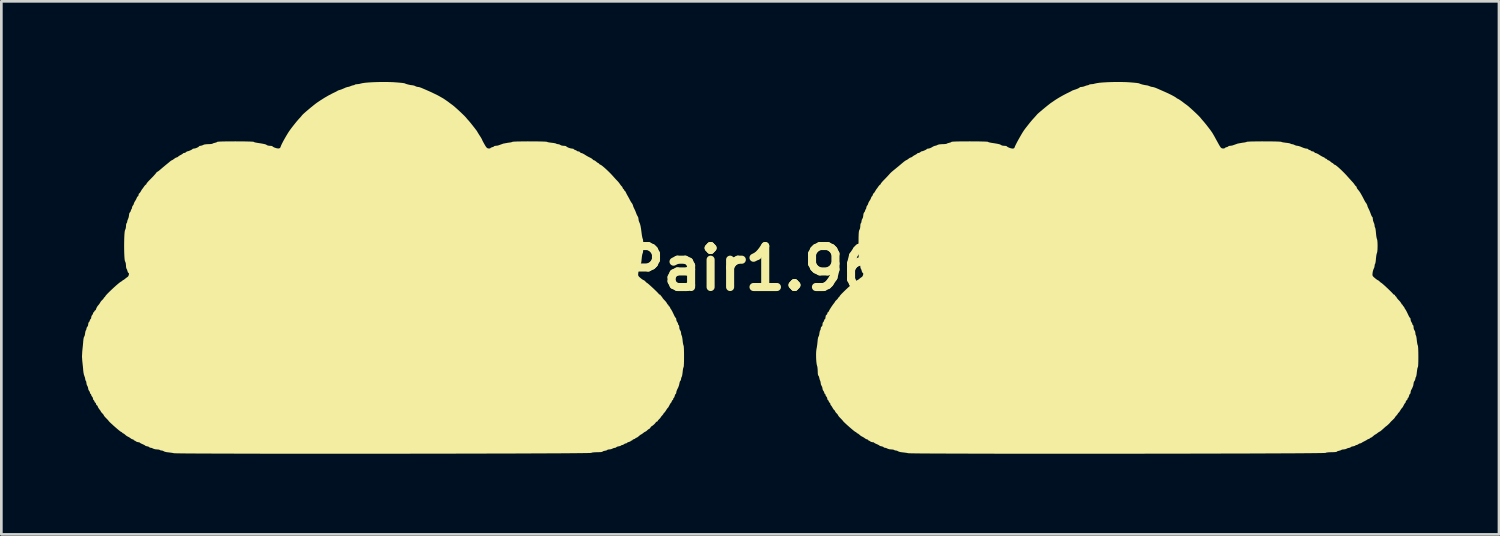
<source format=kicad_pcb>
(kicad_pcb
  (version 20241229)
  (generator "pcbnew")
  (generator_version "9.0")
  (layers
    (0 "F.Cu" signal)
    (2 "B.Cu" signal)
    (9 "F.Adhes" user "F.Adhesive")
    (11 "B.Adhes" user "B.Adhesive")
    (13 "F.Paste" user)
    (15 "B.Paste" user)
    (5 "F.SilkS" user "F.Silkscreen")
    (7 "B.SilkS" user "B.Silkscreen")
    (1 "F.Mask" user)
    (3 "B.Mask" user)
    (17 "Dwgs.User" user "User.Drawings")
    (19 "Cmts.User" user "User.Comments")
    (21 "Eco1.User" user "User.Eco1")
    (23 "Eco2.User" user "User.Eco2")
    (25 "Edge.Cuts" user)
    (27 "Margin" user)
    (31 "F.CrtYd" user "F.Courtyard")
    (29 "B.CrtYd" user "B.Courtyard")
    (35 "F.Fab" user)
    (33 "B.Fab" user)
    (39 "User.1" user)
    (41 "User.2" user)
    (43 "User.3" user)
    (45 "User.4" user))
  (footprint "CloudPair1.96x0.55"
    (layer "F.Cu")
    (at 24.874 6.938)
    (property "Reference" "CloudPair1.96x0.55" (at 0 0 0) (layer "F.SilkS") (effects (font (size 1.524 1.524) (thickness 0.3))))
    (attr board_only exclude_from_pos_files exclude_from_bom)
    (fp_poly (pts (xy -13.549 -6.938) (xy -13.385 -6.934) (xy -13.285 -6.93) (xy -13.157 -6.921) (xy -13.043 -6.911) (xy -12.951 -6.902) (xy -12.889 -6.893) (xy -12.867 -6.887) (xy -12.816 -6.865) (xy -12.74 -6.844) (xy -12.657 -6.825) (xy -12.587 -6.816) (xy -12.576 -6.816) (xy -12.514 -6.803) (xy -12.476 -6.784) (xy -12.418 -6.76) (xy -12.377 -6.753) (xy -12.354 -6.752) (xy -12.328 -6.747) (xy -12.292 -6.735) (xy -12.241 -6.716) (xy -12.169 -6.685) (xy -12.071 -6.643) (xy -11.94 -6.585) (xy -11.875 -6.556) (xy -11.638 -6.441) (xy -11.429 -6.323) (xy -11.255 -6.204) (xy -11.204 -6.164) (xy -11.171 -6.139) (xy -11.12 -6.102) (xy -11.105 -6.092) (xy -11.055 -6.053) (xy -10.984 -5.992) (xy -10.9 -5.917) (xy -10.812 -5.836) (xy -10.727 -5.755) (xy -10.653 -5.684) (xy -10.6 -5.628) (xy -10.581 -5.606) (xy -10.54 -5.555) (xy -10.503 -5.516) (xy -10.476 -5.485) (xy -10.431 -5.432) (xy -10.377 -5.364) (xy -10.319 -5.291) (xy -10.263 -5.219) (xy -10.215 -5.157) (xy -10.181 -5.112) (xy -10.169 -5.091) (xy -10.169 -5.091) (xy -10.158 -5.07) (xy -10.129 -5.023) (xy -10.089 -4.959) (xy -10.08 -4.946) (xy -10.037 -4.879) (xy -10.006 -4.826) (xy -9.991 -4.796) (xy -9.991 -4.794) (xy -9.981 -4.769) (xy -9.955 -4.717) (xy -9.917 -4.649) (xy -9.903 -4.624) (xy -9.858 -4.547) (xy -9.824 -4.501) (xy -9.794 -4.476) (xy -9.76 -4.466) (xy -9.747 -4.464) (xy -9.7 -4.466) (xy -9.678 -4.477) (xy -9.678 -4.478) (xy -9.659 -4.496) (xy -9.613 -4.512) (xy -9.611 -4.512) (xy -9.565 -4.527) (xy -9.545 -4.544) (xy -9.545 -4.545) (xy -9.525 -4.558) (xy -9.478 -4.564) (xy -9.475 -4.564) (xy -9.404 -4.573) (xy -9.347 -4.592) (xy -9.201 -4.645) (xy -9.021 -4.678) (xy -9.003 -4.68) (xy -8.932 -4.69) (xy -8.88 -4.702) (xy -8.862 -4.711) (xy -8.838 -4.716) (xy -8.775 -4.72) (xy -8.682 -4.724) (xy -8.565 -4.726) (xy -8.43 -4.728) (xy -8.286 -4.729) (xy -8.139 -4.728) (xy -7.995 -4.727) (xy -7.861 -4.726) (xy -7.746 -4.723) (xy -7.654 -4.719) (xy -7.594 -4.715) (xy -7.572 -4.71) (xy -7.545 -4.699) (xy -7.487 -4.688) (xy -7.408 -4.678) (xy -7.404 -4.677) (xy -7.325 -4.668) (xy -7.264 -4.656) (xy -7.235 -4.645) (xy -7.235 -4.644) (xy -7.206 -4.63) (xy -7.167 -4.626) (xy -7.11 -4.614) (xy -7.077 -4.595) (xy -7.034 -4.574) (xy -6.97 -4.564) (xy -6.958 -4.564) (xy -6.901 -4.56) (xy -6.868 -4.551) (xy -6.865 -4.548) (xy -6.835 -4.523) (xy -6.779 -4.495) (xy -6.712 -4.472) (xy -6.653 -4.461) (xy -6.644 -4.46) (xy -6.597 -4.454) (xy -6.579 -4.44) (xy -6.56 -4.421) (xy -6.523 -4.407) (xy -6.481 -4.391) (xy -6.467 -4.376) (xy -6.448 -4.362) (xy -6.414 -4.357) (xy -6.367 -4.346) (xy -6.348 -4.326) (xy -6.317 -4.299) (xy -6.299 -4.295) (xy -6.258 -4.284) (xy -6.204 -4.256) (xy -6.192 -4.249) (xy -6.102 -4.192) (xy -6.02 -4.147) (xy -5.958 -4.117) (xy -5.906 -4.087) (xy -5.874 -4.059) (xy -5.872 -4.055) (xy -5.842 -4.029) (xy -5.828 -4.027) (xy -5.792 -4.013) (xy -5.748 -3.978) (xy -5.744 -3.975) (xy -5.703 -3.94) (xy -5.672 -3.924) (xy -5.67 -3.924) (xy -5.643 -3.907) (xy -5.634 -3.893) (xy -5.605 -3.865) (xy -5.589 -3.862) (xy -5.56 -3.847) (xy -5.509 -3.809) (xy -5.441 -3.752) (xy -5.364 -3.683) (xy -5.285 -3.608) (xy -5.21 -3.533) (xy -5.151 -3.47) (xy -5.025 -3.33) (xy -4.932 -3.232) (xy -4.893 -3.185) (xy -4.852 -3.127) (xy -4.849 -3.123) (xy -4.818 -3.08) (xy -4.795 -3.057) (xy -4.792 -3.056) (xy -4.776 -3.039) (xy -4.763 -3.005) (xy -4.745 -2.966) (xy -4.727 -2.953) (xy -4.708 -2.936) (xy -4.705 -2.922) (xy -4.694 -2.895) (xy -4.685 -2.891) (xy -4.664 -2.874) (xy -4.642 -2.834) (xy -4.615 -2.777) (xy -4.58 -2.712) (xy -4.575 -2.705) (xy -4.537 -2.637) (xy -4.497 -2.562) (xy -4.491 -2.55) (xy -4.463 -2.498) (xy -4.442 -2.463) (xy -4.438 -2.457) (xy -4.411 -2.422) (xy -4.385 -2.373) (xy -4.371 -2.333) (xy -4.371 -2.328) (xy -4.361 -2.294) (xy -4.337 -2.242) (xy -4.331 -2.23) (xy -4.298 -2.163) (xy -4.266 -2.085) (xy -4.26 -2.065) (xy -4.235 -2.002) (xy -4.209 -1.952) (xy -4.2 -1.94) (xy -4.179 -1.896) (xy -4.17 -1.84) (xy -4.162 -1.777) (xy -4.144 -1.728) (xy -4.117 -1.667) (xy -4.094 -1.581) (xy -4.074 -1.463) (xy -4.056 -1.322) (xy -4.044 -1.235) (xy -4.031 -1.163) (xy -4.019 -1.117) (xy -4.013 -1.106) (xy -4.004 -1.077) (xy -3.997 -1.017) (xy -3.993 -0.936) (xy -3.992 -0.844) (xy -3.993 -0.751) (xy -3.997 -0.667) (xy -4.004 -0.603) (xy -4.013 -0.568) (xy -4.015 -0.565) (xy -4.027 -0.536) (xy -4.039 -0.476) (xy -4.049 -0.397) (xy -4.052 -0.364) (xy -4.06 -0.282) (xy -4.07 -0.217) (xy -4.08 -0.179) (xy -4.084 -0.174) (xy -4.098 -0.147) (xy -4.103 -0.101) (xy -4.114 -0.039) (xy -4.134 0.006) (xy -4.154 0.053) (xy -4.171 0.121) (xy -4.178 0.162) (xy -4.184 0.226) (xy -4.178 0.268) (xy -4.153 0.304) (xy -4.102 0.35) (xy -4.098 0.353) (xy -4.043 0.397) (xy -3.998 0.426) (xy -3.979 0.434) (xy -3.949 0.449) (xy -3.912 0.485) (xy -3.912 0.485) (xy -3.878 0.521) (xy -3.854 0.537) (xy -3.854 0.537) (xy -3.832 0.551) (xy -3.787 0.588) (xy -3.726 0.643) (xy -3.655 0.708) (xy -3.583 0.776) (xy -3.515 0.841) (xy -3.459 0.897) (xy -3.423 0.937) (xy -3.412 0.952) (xy -3.394 0.969) (xy -3.378 0.971) (xy -3.349 0.987) (xy -3.345 1.002) (xy -3.334 1.029) (xy -3.324 1.033) (xy -3.301 1.049) (xy -3.29 1.071) (xy -3.267 1.109) (xy -3.224 1.159) (xy -3.202 1.181) (xy -3.154 1.233) (xy -3.119 1.282) (xy -3.112 1.297) (xy -3.092 1.333) (xy -3.076 1.342) (xy -3.057 1.359) (xy -3.055 1.373) (xy -3.044 1.401) (xy -3.034 1.404) (xy -3.012 1.421) (xy -2.998 1.451) (xy -2.98 1.491) (xy -2.969 1.507) (xy -2.949 1.535) (xy -2.916 1.593) (xy -2.876 1.675) (xy -2.841 1.75) (xy -2.814 1.802) (xy -2.791 1.834) (xy -2.783 1.838) (xy -2.77 1.856) (xy -2.765 1.898) (xy -2.754 1.953) (xy -2.732 1.99) (xy -2.704 2.035) (xy -2.698 2.064) (xy -2.689 2.098) (xy -2.676 2.106) (xy -2.662 2.125) (xy -2.654 2.17) (xy -2.654 2.187) (xy -2.646 2.248) (xy -2.625 2.294) (xy -2.62 2.3) (xy -2.597 2.341) (xy -2.587 2.398) (xy -2.587 2.4) (xy -2.581 2.454) (xy -2.567 2.488) (xy -2.566 2.49) (xy -2.554 2.518) (xy -2.542 2.577) (xy -2.531 2.655) (xy -2.529 2.68) (xy -2.52 2.76) (xy -2.508 2.823) (xy -2.498 2.858) (xy -2.494 2.862) (xy -2.488 2.885) (xy -2.483 2.941) (xy -2.479 3.022) (xy -2.477 3.121) (xy -2.476 3.23) (xy -2.476 3.342) (xy -2.477 3.449) (xy -2.48 3.543) (xy -2.484 3.618) (xy -2.489 3.664) (xy -2.494 3.676) (xy -2.505 3.695) (xy -2.515 3.745) (xy -2.525 3.818) (xy -2.527 3.845) (xy -2.537 3.926) (xy -2.548 3.991) (xy -2.561 4.03) (xy -2.564 4.035) (xy -2.581 4.07) (xy -2.587 4.112) (xy -2.594 4.155) (xy -2.61 4.175) (xy -2.627 4.198) (xy -2.642 4.247) (xy -2.645 4.264) (xy -2.662 4.344) (xy -2.691 4.423) (xy -2.734 4.509) (xy -2.757 4.567) (xy -2.765 4.617) (xy -2.773 4.655) (xy -2.787 4.667) (xy -2.804 4.685) (xy -2.82 4.729) (xy -2.822 4.739) (xy -2.837 4.787) (xy -2.854 4.811) (xy -2.857 4.812) (xy -2.873 4.829) (xy -2.877 4.853) (xy -2.886 4.886) (xy -2.899 4.894) (xy -2.92 4.912) (xy -2.934 4.946) (xy -2.95 4.984) (xy -2.963 4.998) (xy -2.979 5.015) (xy -3.005 5.059) (xy -3.021 5.091) (xy -3.049 5.144) (xy -3.07 5.178) (xy -3.077 5.183) (xy -3.094 5.2) (xy -3.123 5.242) (xy -3.144 5.276) (xy -3.179 5.329) (xy -3.206 5.363) (xy -3.216 5.369) (xy -3.233 5.385) (xy -3.234 5.391) (xy -3.248 5.419) (xy -3.282 5.46) (xy -3.289 5.468) (xy -3.326 5.509) (xy -3.344 5.537) (xy -3.345 5.54) (xy -3.36 5.564) (xy -3.396 5.601) (xy -3.401 5.605) (xy -3.439 5.644) (xy -3.456 5.674) (xy -3.457 5.676) (xy -3.475 5.697) (xy -3.49 5.7) (xy -3.52 5.71) (xy -3.523 5.719) (xy -3.538 5.744) (xy -3.574 5.784) (xy -3.619 5.825) (xy -3.658 5.856) (xy -3.677 5.865) (xy -3.699 5.881) (xy -3.724 5.916) (xy -3.752 5.954) (xy -3.774 5.968) (xy -3.801 5.982) (xy -3.841 6.015) (xy -3.845 6.02) (xy -3.885 6.055) (xy -3.915 6.071) (xy -3.916 6.071) (xy -3.945 6.084) (xy -3.988 6.116) (xy -3.997 6.123) (xy -4.041 6.157) (xy -4.071 6.174) (xy -4.074 6.175) (xy -4.1 6.189) (xy -4.142 6.223) (xy -4.157 6.237) (xy -4.205 6.276) (xy -4.244 6.297) (xy -4.252 6.298) (xy -4.279 6.309) (xy -4.282 6.317) (xy -4.301 6.335) (xy -4.337 6.348) (xy -4.379 6.365) (xy -4.393 6.381) (xy -4.411 6.399) (xy -4.427 6.402) (xy -4.456 6.412) (xy -4.46 6.421) (xy -4.479 6.438) (xy -4.526 6.453) (xy -4.527 6.453) (xy -4.574 6.468) (xy -4.594 6.485) (xy -4.594 6.486) (xy -4.612 6.502) (xy -4.636 6.505) (xy -4.685 6.52) (xy -4.705 6.536) (xy -4.749 6.562) (xy -4.775 6.567) (xy -4.81 6.575) (xy -4.817 6.585) (xy -4.837 6.599) (xy -4.886 6.613) (xy -4.906 6.616) (xy -4.962 6.629) (xy -4.993 6.645) (xy -4.995 6.65) (xy -5.014 6.666) (xy -5.045 6.671) (xy -5.104 6.684) (xy -5.139 6.702) (xy -5.192 6.723) (xy -5.256 6.732) (xy -5.306 6.737) (xy -5.329 6.748) (xy -5.33 6.75) (xy -5.349 6.764) (xy -5.399 6.778) (xy -5.419 6.781) (xy -5.475 6.794) (xy -5.506 6.81) (xy -5.508 6.815) (xy -5.529 6.825) (xy -5.587 6.832) (xy -5.672 6.835) (xy -5.704 6.835) (xy -5.819 6.839) (xy -5.896 6.848) (xy -5.929 6.861) (xy -5.953 6.863) (xy -6.02 6.865) (xy -6.128 6.867) (xy -6.274 6.869) (xy -6.457 6.871) (xy -6.675 6.873) (xy -6.926 6.875) (xy -7.208 6.877) (xy -7.518 6.878) (xy -7.856 6.88) (xy -8.219 6.881) (xy -8.604 6.883) (xy -9.011 6.884) (xy -9.437 6.885) (xy -9.88 6.886) (xy -10.339 6.887) (xy -10.81 6.888) (xy -11.293 6.889) (xy -11.785 6.89) (xy -12.285 6.89) (xy -12.79 6.891) (xy -13.298 6.892) (xy -13.808 6.892) (xy -14.318 6.892) (xy -14.825 6.892) (xy -15.328 6.892) (xy -15.824 6.892) (xy -16.313 6.892) (xy -16.791 6.892) (xy -17.256 6.892) (xy -17.708 6.891) (xy -18.143 6.891) (xy -18.561 6.89) (xy -18.958 6.889) (xy -19.333 6.888) (xy -19.685 6.887) (xy -20.01 6.886) (xy -20.308 6.885) (xy -20.575 6.884) (xy -20.811 6.882) (xy -21.014 6.881) (xy -21.18 6.879) (xy -21.309 6.877) (xy -21.398 6.875) (xy -21.446 6.873) (xy -21.453 6.872) (xy -21.52 6.859) (xy -21.608 6.847) (xy -21.663 6.841) (xy -21.74 6.831) (xy -21.801 6.815) (xy -21.826 6.802) (xy -21.873 6.779) (xy -21.91 6.773) (xy -21.957 6.765) (xy -21.977 6.753) (xy -22.006 6.74) (xy -22.062 6.733) (xy -22.085 6.732) (xy -22.156 6.725) (xy -22.213 6.708) (xy -22.224 6.702) (xy -22.279 6.677) (xy -22.317 6.671) (xy -22.356 6.663) (xy -22.367 6.65) (xy -22.387 6.634) (xy -22.435 6.619) (xy -22.445 6.617) (xy -22.497 6.605) (xy -22.523 6.592) (xy -22.523 6.59) (xy -22.542 6.574) (xy -22.589 6.55) (xy -22.623 6.535) (xy -22.681 6.509) (xy -22.718 6.487) (xy -22.724 6.479) (xy -22.743 6.467) (xy -22.778 6.464) (xy -22.835 6.451) (xy -22.866 6.433) (xy -22.903 6.407) (xy -22.923 6.402) (xy -22.946 6.387) (xy -22.947 6.381) (xy -22.965 6.362) (xy -22.979 6.36) (xy -23.022 6.347) (xy -23.041 6.335) (xy -23.105 6.289) (xy -23.18 6.248) (xy -23.192 6.243) (xy -23.23 6.218) (xy -23.272 6.181) (xy -23.313 6.147) (xy -23.345 6.133) (xy -23.345 6.133) (xy -23.369 6.12) (xy -23.371 6.114) (xy -23.389 6.093) (xy -23.416 6.081) (xy -23.444 6.064) (xy -23.494 6.025) (xy -23.56 5.97) (xy -23.634 5.906) (xy -23.71 5.839) (xy -23.78 5.775) (xy -23.837 5.721) (xy -23.874 5.683) (xy -23.884 5.669) (xy -23.897 5.651) (xy -23.931 5.614) (xy -23.945 5.6) (xy -24.014 5.529) (xy -24.052 5.484) (xy -24.062 5.462) (xy -24.073 5.44) (xy -24.109 5.398) (xy -24.146 5.36) (xy -24.169 5.329) (xy -24.173 5.318) (xy -24.186 5.294) (xy -24.217 5.252) (xy -24.229 5.237) (xy -24.265 5.186) (xy -24.284 5.145) (xy -24.285 5.137) (xy -24.303 5.102) (xy -24.318 5.093) (xy -24.346 5.065) (xy -24.352 5.039) (xy -24.361 5.005) (xy -24.374 4.997) (xy -24.395 4.98) (xy -24.41 4.946) (xy -24.427 4.907) (xy -24.444 4.894) (xy -24.459 4.877) (xy -24.463 4.845) (xy -24.477 4.796) (xy -24.497 4.77) (xy -24.525 4.729) (xy -24.53 4.706) (xy -24.54 4.674) (xy -24.553 4.667) (xy -24.571 4.65) (xy -24.575 4.627) (xy -24.59 4.58) (xy -24.608 4.556) (xy -24.634 4.513) (xy -24.643 4.467) (xy -24.655 4.408) (xy -24.676 4.369) (xy -24.699 4.319) (xy -24.709 4.262) (xy -24.715 4.212) (xy -24.73 4.182) (xy -24.731 4.182) (xy -24.748 4.153) (xy -24.753 4.116) (xy -24.763 4.06) (xy -24.786 3.999) (xy -24.786 3.999) (xy -24.804 3.944) (xy -24.819 3.866) (xy -24.828 3.789) (xy -24.835 3.698) (xy -24.847 3.587) (xy -24.859 3.477) (xy -24.862 3.456) (xy -24.874 3.275) (xy -24.864 3.089) (xy -24.862 3.063) (xy -24.85 2.953) (xy -24.838 2.836) (xy -24.829 2.733) (xy -24.827 2.705) (xy -24.819 2.629) (xy -24.807 2.57) (xy -24.795 2.539) (xy -24.793 2.537) (xy -24.778 2.51) (xy -24.764 2.457) (xy -24.759 2.418) (xy -24.749 2.356) (xy -24.736 2.312) (xy -24.728 2.301) (xy -24.713 2.274) (xy -24.709 2.242) (xy -24.695 2.193) (xy -24.675 2.168) (xy -24.652 2.131) (xy -24.642 2.076) (xy -24.642 2.073) (xy -24.636 2.026) (xy -24.623 2.003) (xy -24.621 2.003) (xy -24.603 1.985) (xy -24.586 1.942) (xy -24.586 1.941) (xy -24.57 1.898) (xy -24.551 1.879) (xy -24.551 1.879) (xy -24.536 1.861) (xy -24.53 1.82) (xy -24.519 1.767) (xy -24.497 1.735) (xy -24.468 1.694) (xy -24.463 1.67) (xy -24.454 1.638) (xy -24.441 1.631) (xy -24.421 1.615) (xy -24.419 1.603) (xy -24.401 1.571) (xy -24.385 1.562) (xy -24.356 1.534) (xy -24.352 1.518) (xy -24.34 1.48) (xy -24.313 1.428) (xy -24.28 1.38) (xy -24.263 1.363) (xy -24.24 1.334) (xy -24.208 1.288) (xy -24.182 1.243) (xy -24.18 1.239) (xy -24.153 1.204) (xy -24.113 1.165) (xy -24.077 1.127) (xy -24.062 1.097) (xy -24.062 1.097) (xy -24.048 1.075) (xy -24.041 1.074) (xy -24.019 1.057) (xy -24.006 1.032) (xy -23.985 1.001) (xy -23.937 0.949) (xy -23.87 0.881) (xy -23.79 0.804) (xy -23.704 0.723) (xy -23.618 0.645) (xy -23.539 0.577) (xy -23.474 0.524) (xy -23.429 0.492) (xy -23.418 0.486) (xy -23.38 0.467) (xy -23.371 0.453) (xy -23.354 0.434) (xy -23.347 0.434) (xy -23.317 0.42) (xy -23.275 0.388) (xy -23.275 0.387) (xy -23.224 0.346) (xy -23.181 0.318) (xy -23.153 0.29) (xy -23.134 0.246) (xy -23.126 0.202) (xy -23.133 0.171) (xy -23.145 0.165) (xy -23.164 0.147) (xy -23.18 0.103) (xy -23.183 0.093) (xy -23.198 0.041) (xy -23.215 0.011) (xy -23.217 0.009) (xy -23.228 -0.017) (xy -23.235 -0.069) (xy -23.237 -0.111) (xy -23.244 -0.187) (xy -23.261 -0.246) (xy -23.27 -0.259) (xy -23.281 -0.294) (xy -23.29 -0.362) (xy -23.297 -0.458) (xy -23.302 -0.575) (xy -23.305 -0.706) (xy -23.306 -0.844) (xy -23.305 -0.982) (xy -23.302 -1.113) (xy -23.297 -1.231) (xy -23.29 -1.328) (xy -23.281 -1.398) (xy -23.27 -1.433) (xy -23.27 -1.434) (xy -23.25 -1.479) (xy -23.238 -1.545) (xy -23.237 -1.572) (xy -23.233 -1.633) (xy -23.222 -1.674) (xy -23.215 -1.683) (xy -23.197 -1.712) (xy -23.192 -1.741) (xy -23.182 -1.792) (xy -23.159 -1.845) (xy -23.136 -1.908) (xy -23.125 -1.978) (xy -23.125 -1.982) (xy -23.117 -2.042) (xy -23.095 -2.083) (xy -23.092 -2.086) (xy -23.063 -2.126) (xy -23.058 -2.149) (xy -23.048 -2.187) (xy -23.036 -2.199) (xy -23.019 -2.228) (xy -23.014 -2.261) (xy -23 -2.313) (xy -22.98 -2.341) (xy -22.953 -2.381) (xy -22.947 -2.405) (xy -22.936 -2.441) (xy -22.907 -2.495) (xy -22.891 -2.519) (xy -22.858 -2.575) (xy -22.838 -2.621) (xy -22.835 -2.633) (xy -22.817 -2.668) (xy -22.802 -2.677) (xy -22.776 -2.705) (xy -22.769 -2.738) (xy -22.762 -2.776) (xy -22.75 -2.788) (xy -22.729 -2.805) (xy -22.699 -2.846) (xy -22.688 -2.865) (xy -22.659 -2.916) (xy -22.638 -2.949) (xy -22.634 -2.953) (xy -22.615 -2.976) (xy -22.584 -3.02) (xy -22.57 -3.041) (xy -22.535 -3.088) (xy -22.506 -3.115) (xy -22.499 -3.118) (xy -22.48 -3.135) (xy -22.479 -3.144) (xy -22.464 -3.172) (xy -22.427 -3.218) (xy -22.384 -3.264) (xy -22.291 -3.359) (xy -22.211 -3.442) (xy -22.15 -3.51) (xy -22.111 -3.557) (xy -22.1 -3.577) (xy -22.083 -3.593) (xy -22.078 -3.593) (xy -22.052 -3.606) (xy -22.005 -3.641) (xy -21.958 -3.681) (xy -21.888 -3.741) (xy -21.803 -3.812) (xy -21.731 -3.872) (xy -21.665 -3.925) (xy -21.61 -3.971) (xy -21.576 -3.999) (xy -21.574 -4.001) (xy -21.54 -4.023) (xy -21.527 -4.027) (xy -21.5 -4.04) (xy -21.457 -4.071) (xy -21.448 -4.078) (xy -21.399 -4.113) (xy -21.359 -4.13) (xy -21.355 -4.13) (xy -21.313 -4.146) (xy -21.303 -4.156) (xy -21.273 -4.182) (xy -21.22 -4.213) (xy -21.202 -4.223) (xy -21.15 -4.251) (xy -21.121 -4.274) (xy -21.118 -4.279) (xy -21.1 -4.293) (xy -21.076 -4.295) (xy -21.027 -4.31) (xy -21.007 -4.326) (xy -20.973 -4.352) (xy -20.956 -4.357) (xy -20.918 -4.365) (xy -20.864 -4.385) (xy -20.81 -4.41) (xy -20.771 -4.433) (xy -20.762 -4.444) (xy -20.742 -4.457) (xy -20.708 -4.46) (xy -20.658 -4.469) (xy -20.6 -4.49) (xy -20.548 -4.517) (xy -20.519 -4.542) (xy -20.516 -4.548) (xy -20.497 -4.56) (xy -20.465 -4.564) (xy -20.405 -4.576) (xy -20.37 -4.594) (xy -20.314 -4.614) (xy -20.222 -4.624) (xy -20.177 -4.625) (xy -20.1 -4.628) (xy -20.042 -4.635) (xy -20.016 -4.644) (xy -19.988 -4.66) (xy -19.934 -4.674) (xy -19.926 -4.676) (xy -19.874 -4.69) (xy -19.848 -4.706) (xy -19.847 -4.709) (xy -19.825 -4.715) (xy -19.762 -4.72) (xy -19.661 -4.724) (xy -19.524 -4.727) (xy -19.355 -4.728) (xy -19.167 -4.729) (xy -18.998 -4.728) (xy -18.844 -4.727) (xy -18.711 -4.724) (xy -18.604 -4.721) (xy -18.529 -4.717) (xy -18.491 -4.713) (xy -18.487 -4.711) (xy -18.467 -4.699) (xy -18.414 -4.685) (xy -18.339 -4.671) (xy -18.336 -4.671) (xy -18.212 -4.652) (xy -18.125 -4.636) (xy -18.066 -4.623) (xy -18.029 -4.61) (xy -18.005 -4.596) (xy -18.001 -4.592) (xy -17.96 -4.573) (xy -17.898 -4.564) (xy -17.885 -4.564) (xy -17.828 -4.56) (xy -17.795 -4.551) (xy -17.792 -4.548) (xy -17.762 -4.522) (xy -17.704 -4.495) (xy -17.637 -4.474) (xy -17.577 -4.464) (xy -17.56 -4.464) (xy -17.51 -4.479) (xy -17.486 -4.518) (xy -17.482 -4.533) (xy -17.465 -4.579) (xy -17.43 -4.652) (xy -17.382 -4.744) (xy -17.326 -4.845) (xy -17.266 -4.948) (xy -17.208 -5.044) (xy -17.164 -5.111) (xy -17.112 -5.184) (xy -17.044 -5.273) (xy -16.97 -5.367) (xy -16.897 -5.458) (xy -16.831 -5.535) (xy -16.782 -5.59) (xy -16.775 -5.596) (xy -16.726 -5.65) (xy -16.687 -5.7) (xy -16.66 -5.729) (xy -16.606 -5.779) (xy -16.532 -5.844) (xy -16.446 -5.917) (xy -16.355 -5.993) (xy -16.266 -6.065) (xy -16.186 -6.128) (xy -16.129 -6.17) (xy -15.997 -6.259) (xy -15.849 -6.352) (xy -15.699 -6.439) (xy -15.561 -6.511) (xy -15.51 -6.536) (xy -15.44 -6.569) (xy -15.388 -6.597) (xy -15.365 -6.612) (xy -15.337 -6.626) (xy -15.287 -6.641) (xy -15.226 -6.66) (xy -15.151 -6.691) (xy -15.122 -6.704) (xy -15.057 -6.733) (xy -15.002 -6.75) (xy -14.985 -6.753) (xy -14.938 -6.762) (xy -14.882 -6.784) (xy -14.826 -6.806) (xy -14.781 -6.815) (xy -14.74 -6.825) (xy -14.729 -6.835) (xy -14.7 -6.849) (xy -14.646 -6.856) (xy -14.64 -6.856) (xy -14.566 -6.863) (xy -14.502 -6.88) (xy -14.439 -6.895) (xy -14.339 -6.909) (xy -14.209 -6.92) (xy -14.058 -6.929) (xy -13.892 -6.935) (xy -13.72 -6.938)) (stroke (width 0) (type solid)) (fill yes) (layer "F.SilkS"))
    (fp_poly (pts (xy 13.769 -6.938) (xy 13.932 -6.934) (xy 14.032 -6.93) (xy 14.161 -6.921) (xy 14.275 -6.911) (xy 14.367 -6.902) (xy 14.429 -6.893) (xy 14.451 -6.887) (xy 14.498 -6.867) (xy 14.57 -6.845) (xy 14.649 -6.827) (xy 14.715 -6.816) (xy 14.729 -6.815) (xy 14.781 -6.805) (xy 14.838 -6.784) (xy 14.898 -6.761) (xy 14.949 -6.753) (xy 14.995 -6.744) (xy 15.063 -6.722) (xy 15.108 -6.703) (xy 15.179 -6.672) (xy 15.275 -6.63) (xy 15.378 -6.585) (xy 15.421 -6.566) (xy 15.535 -6.514) (xy 15.642 -6.462) (xy 15.734 -6.413) (xy 15.805 -6.372) (xy 15.845 -6.343) (xy 15.852 -6.335) (xy 15.877 -6.319) (xy 15.881 -6.319) (xy 15.909 -6.307) (xy 15.959 -6.276) (xy 16.021 -6.234) (xy 16.083 -6.188) (xy 16.113 -6.164) (xy 16.146 -6.139) (xy 16.198 -6.102) (xy 16.212 -6.092) (xy 16.263 -6.053) (xy 16.334 -5.992) (xy 16.417 -5.917) (xy 16.506 -5.836) (xy 16.591 -5.756) (xy 16.664 -5.684) (xy 16.718 -5.628) (xy 16.737 -5.606) (xy 16.782 -5.55) (xy 16.834 -5.49) (xy 16.839 -5.485) (xy 16.892 -5.422) (xy 16.959 -5.34) (xy 17.029 -5.249) (xy 17.097 -5.161) (xy 17.151 -5.085) (xy 17.182 -5.039) (xy 17.209 -4.993) (xy 17.251 -4.92) (xy 17.301 -4.829) (xy 17.356 -4.73) (xy 17.362 -4.719) (xy 17.417 -4.618) (xy 17.458 -4.549) (xy 17.488 -4.505) (xy 17.514 -4.48) (xy 17.54 -4.469) (xy 17.568 -4.464) (xy 17.617 -4.465) (xy 17.639 -4.477) (xy 17.64 -4.478) (xy 17.659 -4.496) (xy 17.705 -4.512) (xy 17.706 -4.512) (xy 17.753 -4.527) (xy 17.773 -4.544) (xy 17.773 -4.545) (xy 17.793 -4.558) (xy 17.84 -4.564) (xy 17.842 -4.564) (xy 17.914 -4.573) (xy 17.971 -4.592) (xy 18.117 -4.645) (xy 18.297 -4.678) (xy 18.315 -4.68) (xy 18.386 -4.69) (xy 18.438 -4.702) (xy 18.455 -4.711) (xy 18.48 -4.716) (xy 18.543 -4.72) (xy 18.636 -4.724) (xy 18.753 -4.726) (xy 18.887 -4.728) (xy 19.032 -4.729) (xy 19.179 -4.728) (xy 19.323 -4.727) (xy 19.456 -4.726) (xy 19.572 -4.723) (xy 19.664 -4.719) (xy 19.724 -4.715) (xy 19.745 -4.71) (xy 19.772 -4.699) (xy 19.831 -4.688) (xy 19.91 -4.678) (xy 19.914 -4.677) (xy 19.993 -4.668) (xy 20.054 -4.656) (xy 20.082 -4.645) (xy 20.083 -4.644) (xy 20.113 -4.629) (xy 20.144 -4.625) (xy 20.201 -4.612) (xy 20.236 -4.594) (xy 20.292 -4.571) (xy 20.341 -4.564) (xy 20.396 -4.554) (xy 20.468 -4.529) (xy 20.507 -4.512) (xy 20.58 -4.482) (xy 20.648 -4.463) (xy 20.676 -4.46) (xy 20.721 -4.454) (xy 20.739 -4.44) (xy 20.758 -4.421) (xy 20.795 -4.407) (xy 20.837 -4.391) (xy 20.851 -4.376) (xy 20.87 -4.362) (xy 20.904 -4.357) (xy 20.95 -4.346) (xy 20.97 -4.326) (xy 21.001 -4.299) (xy 21.019 -4.295) (xy 21.059 -4.284) (xy 21.114 -4.256) (xy 21.125 -4.249) (xy 21.21 -4.195) (xy 21.27 -4.161) (xy 21.314 -4.141) (xy 21.325 -4.137) (xy 21.358 -4.119) (xy 21.364 -4.107) (xy 21.382 -4.091) (xy 21.398 -4.089) (xy 21.435 -4.072) (xy 21.445 -4.058) (xy 21.473 -4.03) (xy 21.49 -4.027) (xy 21.526 -4.013) (xy 21.57 -3.978) (xy 21.574 -3.975) (xy 21.615 -3.94) (xy 21.646 -3.924) (xy 21.648 -3.924) (xy 21.675 -3.907) (xy 21.684 -3.893) (xy 21.712 -3.865) (xy 21.728 -3.862) (xy 21.76 -3.847) (xy 21.816 -3.805) (xy 21.889 -3.742) (xy 21.973 -3.664) (xy 22.065 -3.574) (xy 22.157 -3.478) (xy 22.221 -3.407) (xy 22.287 -3.333) (xy 22.345 -3.269) (xy 22.387 -3.223) (xy 22.405 -3.205) (xy 22.435 -3.169) (xy 22.471 -3.119) (xy 22.472 -3.117) (xy 22.502 -3.076) (xy 22.526 -3.057) (xy 22.528 -3.056) (xy 22.543 -3.039) (xy 22.546 -3.02) (xy 22.56 -2.98) (xy 22.595 -2.934) (xy 22.597 -2.932) (xy 22.639 -2.881) (xy 22.684 -2.815) (xy 22.696 -2.794) (xy 22.73 -2.734) (xy 22.758 -2.683) (xy 22.765 -2.671) (xy 22.787 -2.628) (xy 22.818 -2.569) (xy 22.827 -2.55) (xy 22.855 -2.498) (xy 22.876 -2.463) (xy 22.88 -2.457) (xy 22.907 -2.422) (xy 22.933 -2.373) (xy 22.947 -2.333) (xy 22.947 -2.328) (xy 22.957 -2.294) (xy 22.981 -2.242) (xy 22.988 -2.23) (xy 23.017 -2.169) (xy 23.05 -2.089) (xy 23.068 -2.039) (xy 23.092 -1.976) (xy 23.114 -1.933) (xy 23.127 -1.92) (xy 23.141 -1.902) (xy 23.148 -1.857) (xy 23.148 -1.843) (xy 23.158 -1.776) (xy 23.179 -1.717) (xy 23.181 -1.714) (xy 23.205 -1.654) (xy 23.214 -1.596) (xy 23.22 -1.548) (xy 23.233 -1.52) (xy 23.234 -1.52) (xy 23.243 -1.496) (xy 23.253 -1.44) (xy 23.262 -1.363) (xy 23.265 -1.324) (xy 23.274 -1.236) (xy 23.285 -1.16) (xy 23.298 -1.108) (xy 23.302 -1.097) (xy 23.314 -1.056) (xy 23.321 -0.985) (xy 23.325 -0.895) (xy 23.325 -0.798) (xy 23.322 -0.706) (xy 23.315 -0.629) (xy 23.304 -0.58) (xy 23.301 -0.574) (xy 23.288 -0.533) (xy 23.276 -0.465) (xy 23.266 -0.381) (xy 23.264 -0.357) (xy 23.257 -0.277) (xy 23.247 -0.214) (xy 23.237 -0.178) (xy 23.234 -0.174) (xy 23.22 -0.147) (xy 23.215 -0.101) (xy 23.204 -0.039) (xy 23.184 0.006) (xy 23.164 0.053) (xy 23.146 0.121) (xy 23.14 0.162) (xy 23.134 0.226) (xy 23.14 0.268) (xy 23.165 0.304) (xy 23.216 0.35) (xy 23.22 0.353) (xy 23.274 0.397) (xy 23.315 0.426) (xy 23.332 0.434) (xy 23.358 0.447) (xy 23.398 0.481) (xy 23.402 0.485) (xy 23.44 0.52) (xy 23.465 0.537) (xy 23.467 0.537) (xy 23.488 0.551) (xy 23.532 0.589) (xy 23.593 0.643) (xy 23.663 0.708) (xy 23.735 0.776) (xy 23.803 0.842) (xy 23.858 0.897) (xy 23.895 0.937) (xy 23.906 0.952) (xy 23.924 0.969) (xy 23.939 0.971) (xy 23.969 0.987) (xy 23.973 1.002) (xy 23.984 1.029) (xy 23.994 1.033) (xy 24.017 1.049) (xy 24.028 1.071) (xy 24.051 1.109) (xy 24.094 1.159) (xy 24.116 1.181) (xy 24.164 1.233) (xy 24.198 1.282) (xy 24.206 1.297) (xy 24.226 1.333) (xy 24.242 1.342) (xy 24.26 1.359) (xy 24.263 1.373) (xy 24.274 1.401) (xy 24.283 1.404) (xy 24.305 1.421) (xy 24.32 1.451) (xy 24.338 1.491) (xy 24.349 1.507) (xy 24.369 1.535) (xy 24.402 1.593) (xy 24.442 1.675) (xy 24.477 1.75) (xy 24.504 1.802) (xy 24.527 1.834) (xy 24.535 1.838) (xy 24.548 1.856) (xy 24.553 1.896) (xy 24.564 1.955) (xy 24.585 1.994) (xy 24.612 2.04) (xy 24.619 2.07) (xy 24.63 2.101) (xy 24.642 2.106) (xy 24.656 2.125) (xy 24.664 2.17) (xy 24.664 2.187) (xy 24.672 2.248) (xy 24.692 2.294) (xy 24.698 2.3) (xy 24.72 2.341) (xy 24.731 2.399) (xy 24.731 2.403) (xy 24.736 2.454) (xy 24.748 2.485) (xy 24.75 2.487) (xy 24.761 2.511) (xy 24.772 2.566) (xy 24.782 2.641) (xy 24.784 2.668) (xy 24.794 2.75) (xy 24.806 2.815) (xy 24.818 2.854) (xy 24.821 2.859) (xy 24.828 2.885) (xy 24.834 2.943) (xy 24.838 3.026) (xy 24.841 3.126) (xy 24.842 3.236) (xy 24.842 3.348) (xy 24.841 3.454) (xy 24.838 3.548) (xy 24.834 3.621) (xy 24.828 3.665) (xy 24.823 3.676) (xy 24.812 3.695) (xy 24.801 3.746) (xy 24.791 3.819) (xy 24.787 3.851) (xy 24.778 3.932) (xy 24.767 3.996) (xy 24.755 4.034) (xy 24.751 4.038) (xy 24.736 4.066) (xy 24.731 4.102) (xy 24.718 4.155) (xy 24.698 4.185) (xy 24.674 4.226) (xy 24.664 4.283) (xy 24.65 4.365) (xy 24.607 4.467) (xy 24.573 4.527) (xy 24.557 4.576) (xy 24.553 4.615) (xy 24.545 4.654) (xy 24.531 4.667) (xy 24.514 4.685) (xy 24.498 4.729) (xy 24.495 4.739) (xy 24.481 4.787) (xy 24.464 4.811) (xy 24.461 4.812) (xy 24.445 4.829) (xy 24.441 4.851) (xy 24.426 4.889) (xy 24.408 4.902) (xy 24.38 4.93) (xy 24.374 4.955) (xy 24.367 4.989) (xy 24.357 4.998) (xy 24.34 5.015) (xy 24.313 5.059) (xy 24.297 5.091) (xy 24.269 5.144) (xy 24.247 5.178) (xy 24.24 5.183) (xy 24.224 5.2) (xy 24.194 5.242) (xy 24.173 5.276) (xy 24.139 5.329) (xy 24.112 5.363) (xy 24.101 5.369) (xy 24.085 5.385) (xy 24.084 5.391) (xy 24.07 5.419) (xy 24.036 5.46) (xy 24.029 5.468) (xy 23.992 5.508) (xy 23.973 5.536) (xy 23.973 5.539) (xy 23.958 5.561) (xy 23.921 5.602) (xy 23.884 5.638) (xy 23.835 5.684) (xy 23.803 5.718) (xy 23.794 5.729) (xy 23.78 5.747) (xy 23.746 5.782) (xy 23.704 5.821) (xy 23.668 5.852) (xy 23.65 5.865) (xy 23.631 5.878) (xy 23.59 5.914) (xy 23.535 5.964) (xy 23.531 5.968) (xy 23.473 6.019) (xy 23.427 6.056) (xy 23.401 6.071) (xy 23.401 6.071) (xy 23.373 6.084) (xy 23.33 6.116) (xy 23.321 6.123) (xy 23.277 6.157) (xy 23.246 6.174) (xy 23.243 6.175) (xy 23.218 6.189) (xy 23.176 6.223) (xy 23.161 6.237) (xy 23.113 6.276) (xy 23.074 6.297) (xy 23.066 6.298) (xy 23.039 6.311) (xy 23.036 6.319) (xy 23.018 6.338) (xy 23.004 6.34) (xy 22.961 6.353) (xy 22.943 6.366) (xy 22.905 6.391) (xy 22.846 6.422) (xy 22.824 6.433) (xy 22.769 6.461) (xy 22.733 6.484) (xy 22.728 6.489) (xy 22.702 6.503) (xy 22.68 6.505) (xy 22.633 6.52) (xy 22.612 6.536) (xy 22.568 6.562) (xy 22.543 6.567) (xy 22.508 6.575) (xy 22.501 6.585) (xy 22.481 6.599) (xy 22.432 6.613) (xy 22.412 6.616) (xy 22.356 6.629) (xy 22.325 6.645) (xy 22.323 6.65) (xy 22.304 6.666) (xy 22.272 6.671) (xy 22.214 6.684) (xy 22.179 6.702) (xy 22.126 6.723) (xy 22.063 6.732) (xy 22.01 6.737) (xy 21.979 6.75) (xy 21.978 6.75) (xy 21.95 6.766) (xy 21.897 6.781) (xy 21.888 6.782) (xy 21.836 6.796) (xy 21.81 6.813) (xy 21.81 6.816) (xy 21.789 6.825) (xy 21.733 6.831) (xy 21.652 6.835) (xy 21.613 6.835) (xy 21.499 6.839) (xy 21.422 6.848) (xy 21.389 6.861) (xy 21.365 6.863) (xy 21.298 6.865) (xy 21.19 6.867) (xy 21.044 6.869) (xy 20.861 6.871) (xy 20.643 6.873) (xy 20.392 6.875) (xy 20.11 6.877) (xy 19.799 6.878) (xy 19.462 6.88) (xy 19.099 6.881) (xy 18.713 6.883) (xy 18.307 6.884) (xy 17.881 6.885) (xy 17.438 6.886) (xy 16.979 6.887) (xy 16.508 6.888) (xy 16.025 6.889) (xy 15.533 6.89) (xy 15.033 6.89) (xy 14.528 6.891) (xy 14.019 6.892) (xy 13.509 6.892) (xy 13 6.892) (xy 12.493 6.892) (xy 11.99 6.892) (xy 11.493 6.892) (xy 11.005 6.892) (xy 10.527 6.892) (xy 10.062 6.892) (xy 9.61 6.891) (xy 9.175 6.891) (xy 8.757 6.89) (xy 8.36 6.889) (xy 7.984 6.888) (xy 7.633 6.887) (xy 7.308 6.886) (xy 7.01 6.885) (xy 6.742 6.884) (xy 6.506 6.882) (xy 6.304 6.881) (xy 6.138 6.879) (xy 6.009 6.877) (xy 5.92 6.875) (xy 5.872 6.873) (xy 5.865 6.872) (xy 5.798 6.859) (xy 5.71 6.847) (xy 5.655 6.841) (xy 5.578 6.831) (xy 5.517 6.815) (xy 5.492 6.802) (xy 5.445 6.779) (xy 5.408 6.773) (xy 5.361 6.765) (xy 5.341 6.753) (xy 5.312 6.74) (xy 5.256 6.733) (xy 5.232 6.732) (xy 5.162 6.725) (xy 5.105 6.708) (xy 5.094 6.702) (xy 5.039 6.677) (xy 5.001 6.671) (xy 4.962 6.663) (xy 4.951 6.65) (xy 4.931 6.634) (xy 4.883 6.619) (xy 4.873 6.617) (xy 4.821 6.605) (xy 4.795 6.592) (xy 4.795 6.59) (xy 4.776 6.574) (xy 4.729 6.55) (xy 4.694 6.535) (xy 4.636 6.509) (xy 4.6 6.487) (xy 4.594 6.479) (xy 4.575 6.467) (xy 4.54 6.464) (xy 4.483 6.451) (xy 4.452 6.433) (xy 4.414 6.407) (xy 4.395 6.402) (xy 4.372 6.387) (xy 4.371 6.381) (xy 4.353 6.362) (xy 4.339 6.36) (xy 4.296 6.347) (xy 4.277 6.335) (xy 4.212 6.289) (xy 4.138 6.248) (xy 4.126 6.243) (xy 4.088 6.218) (xy 4.045 6.181) (xy 4.004 6.147) (xy 3.973 6.133) (xy 3.972 6.133) (xy 3.948 6.12) (xy 3.947 6.114) (xy 3.929 6.093) (xy 3.901 6.081) (xy 3.874 6.064) (xy 3.824 6.025) (xy 3.758 5.97) (xy 3.684 5.906) (xy 3.608 5.839) (xy 3.538 5.775) (xy 3.481 5.721) (xy 3.444 5.683) (xy 3.434 5.669) (xy 3.421 5.651) (xy 3.386 5.614) (xy 3.373 5.6) (xy 3.304 5.529) (xy 3.266 5.484) (xy 3.256 5.462) (xy 3.245 5.44) (xy 3.209 5.398) (xy 3.172 5.36) (xy 3.148 5.325) (xy 3.144 5.31) (xy 3.128 5.281) (xy 3.115 5.272) (xy 3.088 5.244) (xy 3.056 5.194) (xy 3.048 5.179) (xy 3.018 5.128) (xy 2.993 5.094) (xy 2.988 5.09) (xy 2.969 5.061) (xy 2.966 5.037) (xy 2.957 5.005) (xy 2.944 4.997) (xy 2.923 4.98) (xy 2.908 4.946) (xy 2.891 4.907) (xy 2.874 4.894) (xy 2.859 4.877) (xy 2.854 4.845) (xy 2.841 4.796) (xy 2.821 4.77) (xy 2.792 4.729) (xy 2.788 4.706) (xy 2.778 4.674) (xy 2.765 4.667) (xy 2.747 4.65) (xy 2.743 4.627) (xy 2.728 4.58) (xy 2.709 4.556) (xy 2.684 4.513) (xy 2.675 4.467) (xy 2.663 4.408) (xy 2.642 4.369) (xy 2.617 4.318) (xy 2.609 4.27) (xy 2.602 4.214) (xy 2.588 4.176) (xy 2.57 4.132) (xy 2.555 4.071) (xy 2.554 4.063) (xy 2.54 4.013) (xy 2.523 3.987) (xy 2.519 3.986) (xy 2.509 3.967) (xy 2.501 3.916) (xy 2.498 3.845) (xy 2.498 3.832) (xy 2.494 3.748) (xy 2.486 3.672) (xy 2.474 3.621) (xy 2.473 3.62) (xy 2.458 3.561) (xy 2.447 3.472) (xy 2.439 3.365) (xy 2.436 3.25) (xy 2.437 3.141) (xy 2.444 3.047) (xy 2.452 2.994) (xy 2.467 2.915) (xy 2.481 2.816) (xy 2.491 2.718) (xy 2.491 2.716) (xy 2.499 2.637) (xy 2.51 2.575) (xy 2.522 2.54) (xy 2.525 2.537) (xy 2.541 2.51) (xy 2.554 2.457) (xy 2.559 2.418) (xy 2.569 2.356) (xy 2.582 2.312) (xy 2.59 2.301) (xy 2.604 2.274) (xy 2.609 2.231) (xy 2.62 2.184) (xy 2.643 2.161) (xy 2.668 2.131) (xy 2.676 2.076) (xy 2.681 2.028) (xy 2.694 2.004) (xy 2.697 2.003) (xy 2.715 1.985) (xy 2.731 1.942) (xy 2.732 1.941) (xy 2.748 1.898) (xy 2.767 1.879) (xy 2.767 1.879) (xy 2.781 1.861) (xy 2.787 1.817) (xy 2.788 1.809) (xy 2.797 1.753) (xy 2.821 1.727) (xy 2.849 1.699) (xy 2.854 1.673) (xy 2.863 1.639) (xy 2.874 1.631) (xy 2.897 1.615) (xy 2.907 1.595) (xy 2.931 1.547) (xy 2.973 1.478) (xy 3.023 1.401) (xy 3.073 1.331) (xy 3.091 1.308) (xy 3.125 1.263) (xy 3.143 1.233) (xy 3.144 1.229) (xy 3.159 1.208) (xy 3.195 1.173) (xy 3.2 1.169) (xy 3.238 1.13) (xy 3.256 1.099) (xy 3.256 1.097) (xy 3.27 1.075) (xy 3.277 1.074) (xy 3.299 1.057) (xy 3.312 1.03) (xy 3.334 1) (xy 3.382 0.947) (xy 3.449 0.879) (xy 3.529 0.802) (xy 3.615 0.721) (xy 3.701 0.644) (xy 3.78 0.575) (xy 3.845 0.523) (xy 3.889 0.491) (xy 3.9 0.486) (xy 3.938 0.467) (xy 3.947 0.453) (xy 3.964 0.434) (xy 3.971 0.434) (xy 4.001 0.42) (xy 4.043 0.388) (xy 4.043 0.387) (xy 4.094 0.346) (xy 4.137 0.318) (xy 4.164 0.29) (xy 4.184 0.246) (xy 4.192 0.202) (xy 4.185 0.171) (xy 4.173 0.165) (xy 4.154 0.147) (xy 4.137 0.103) (xy 4.135 0.093) (xy 4.12 0.041) (xy 4.103 0.011) (xy 4.101 0.009) (xy 4.09 -0.017) (xy 4.082 -0.069) (xy 4.081 -0.111) (xy 4.074 -0.187) (xy 4.057 -0.246) (xy 4.048 -0.259) (xy 4.038 -0.278) (xy 4.03 -0.311) (xy 4.024 -0.361) (xy 4.02 -0.434) (xy 4.017 -0.534) (xy 4.016 -0.665) (xy 4.015 -0.834) (xy 4.015 -0.847) (xy 4.016 -1.017) (xy 4.017 -1.151) (xy 4.02 -1.253) (xy 4.024 -1.328) (xy 4.03 -1.38) (xy 4.037 -1.413) (xy 4.047 -1.433) (xy 4.048 -1.434) (xy 4.068 -1.479) (xy 4.08 -1.545) (xy 4.081 -1.572) (xy 4.085 -1.633) (xy 4.096 -1.674) (xy 4.103 -1.683) (xy 4.12 -1.711) (xy 4.126 -1.753) (xy 4.137 -1.811) (xy 4.158 -1.849) (xy 4.18 -1.896) (xy 4.191 -1.96) (xy 4.192 -1.975) (xy 4.201 -2.039) (xy 4.222 -2.082) (xy 4.226 -2.086) (xy 4.254 -2.126) (xy 4.259 -2.149) (xy 4.27 -2.187) (xy 4.282 -2.199) (xy 4.299 -2.228) (xy 4.304 -2.261) (xy 4.318 -2.313) (xy 4.337 -2.341) (xy 4.365 -2.381) (xy 4.371 -2.405) (xy 4.382 -2.441) (xy 4.411 -2.495) (xy 4.427 -2.519) (xy 4.46 -2.574) (xy 4.48 -2.618) (xy 4.482 -2.63) (xy 4.498 -2.667) (xy 4.516 -2.685) (xy 4.544 -2.725) (xy 4.549 -2.749) (xy 4.558 -2.781) (xy 4.568 -2.788) (xy 4.589 -2.805) (xy 4.618 -2.846) (xy 4.629 -2.865) (xy 4.659 -2.916) (xy 4.68 -2.949) (xy 4.684 -2.953) (xy 4.702 -2.976) (xy 4.734 -3.02) (xy 4.747 -3.041) (xy 4.783 -3.088) (xy 4.811 -3.115) (xy 4.819 -3.118) (xy 4.838 -3.135) (xy 4.839 -3.144) (xy 4.853 -3.171) (xy 4.891 -3.218) (xy 4.944 -3.276) (xy 4.952 -3.284) (xy 5.02 -3.353) (xy 5.088 -3.424) (xy 5.136 -3.477) (xy 5.179 -3.525) (xy 5.213 -3.561) (xy 5.25 -3.594) (xy 5.297 -3.635) (xy 5.367 -3.691) (xy 5.386 -3.707) (xy 5.473 -3.778) (xy 5.569 -3.858) (xy 5.64 -3.918) (xy 5.702 -3.97) (xy 5.754 -4.008) (xy 5.784 -4.026) (xy 5.787 -4.027) (xy 5.817 -4.04) (xy 5.862 -4.072) (xy 5.87 -4.078) (xy 5.918 -4.113) (xy 5.959 -4.13) (xy 5.963 -4.13) (xy 6.004 -4.146) (xy 6.014 -4.156) (xy 6.044 -4.182) (xy 6.097 -4.213) (xy 6.116 -4.223) (xy 6.167 -4.251) (xy 6.197 -4.274) (xy 6.199 -4.279) (xy 6.218 -4.293) (xy 6.241 -4.295) (xy 6.291 -4.31) (xy 6.311 -4.326) (xy 6.345 -4.352) (xy 6.362 -4.357) (xy 6.4 -4.365) (xy 6.454 -4.385) (xy 6.508 -4.41) (xy 6.547 -4.433) (xy 6.556 -4.444) (xy 6.575 -4.456) (xy 6.615 -4.46) (xy 6.672 -4.473) (xy 6.735 -4.504) (xy 6.748 -4.512) (xy 6.804 -4.545) (xy 6.854 -4.563) (xy 6.863 -4.564) (xy 6.913 -4.576) (xy 6.948 -4.594) (xy 7.003 -4.614) (xy 7.096 -4.624) (xy 7.14 -4.625) (xy 7.218 -4.628) (xy 7.276 -4.635) (xy 7.302 -4.644) (xy 7.33 -4.66) (xy 7.383 -4.674) (xy 7.392 -4.676) (xy 7.444 -4.69) (xy 7.47 -4.706) (xy 7.471 -4.709) (xy 7.492 -4.715) (xy 7.556 -4.72) (xy 7.657 -4.724) (xy 7.794 -4.727) (xy 7.963 -4.728) (xy 8.151 -4.729) (xy 8.32 -4.728) (xy 8.474 -4.727) (xy 8.606 -4.724) (xy 8.713 -4.721) (xy 8.789 -4.717) (xy 8.827 -4.713) (xy 8.831 -4.711) (xy 8.851 -4.699) (xy 8.904 -4.685) (xy 8.979 -4.671) (xy 8.981 -4.671) (xy 9.106 -4.652) (xy 9.193 -4.636) (xy 9.252 -4.623) (xy 9.289 -4.61) (xy 9.312 -4.596) (xy 9.317 -4.592) (xy 9.358 -4.573) (xy 9.42 -4.564) (xy 9.433 -4.564) (xy 9.49 -4.56) (xy 9.523 -4.551) (xy 9.526 -4.548) (xy 9.556 -4.523) (xy 9.612 -4.495) (xy 9.678 -4.472) (xy 9.737 -4.461) (xy 9.747 -4.46) (xy 9.797 -4.469) (xy 9.822 -4.502) (xy 9.826 -4.517) (xy 9.842 -4.558) (xy 9.875 -4.625) (xy 9.918 -4.709) (xy 9.966 -4.797) (xy 10.033 -4.915) (xy 10.085 -5.005) (xy 10.129 -5.077) (xy 10.17 -5.139) (xy 10.214 -5.2) (xy 10.268 -5.269) (xy 10.298 -5.307) (xy 10.372 -5.401) (xy 10.429 -5.471) (xy 10.478 -5.529) (xy 10.527 -5.583) (xy 10.553 -5.611) (xy 10.601 -5.665) (xy 10.639 -5.708) (xy 10.653 -5.726) (xy 10.677 -5.75) (xy 10.727 -5.795) (xy 10.796 -5.854) (xy 10.877 -5.922) (xy 10.962 -5.992) (xy 11.043 -6.058) (xy 11.114 -6.114) (xy 11.166 -6.154) (xy 11.181 -6.164) (xy 11.245 -6.207) (xy 11.302 -6.247) (xy 11.39 -6.305) (xy 11.503 -6.373) (xy 11.626 -6.442) (xy 11.744 -6.504) (xy 11.797 -6.53) (xy 11.869 -6.565) (xy 11.925 -6.593) (xy 11.952 -6.61) (xy 11.953 -6.611) (xy 11.981 -6.625) (xy 12.02 -6.638) (xy 12.094 -6.662) (xy 12.164 -6.689) (xy 12.218 -6.715) (xy 12.242 -6.734) (xy 12.243 -6.736) (xy 12.262 -6.748) (xy 12.307 -6.753) (xy 12.375 -6.763) (xy 12.435 -6.784) (xy 12.492 -6.806) (xy 12.537 -6.815) (xy 12.577 -6.825) (xy 12.588 -6.835) (xy 12.618 -6.849) (xy 12.672 -6.856) (xy 12.678 -6.856) (xy 12.752 -6.863) (xy 12.816 -6.88) (xy 12.879 -6.895) (xy 12.979 -6.909) (xy 13.108 -6.92) (xy 13.26 -6.929) (xy 13.425 -6.935) (xy 13.598 -6.938)) (stroke (width 0) (type solid)) (fill yes) (layer "F.SilkS")))
  (gr_rect
    (start -3 -3)
    (end 52.716 16.831)
    (stroke (width 0.1) (type default))
    (fill no)
    (layer "Edge.Cuts")))
</source>
